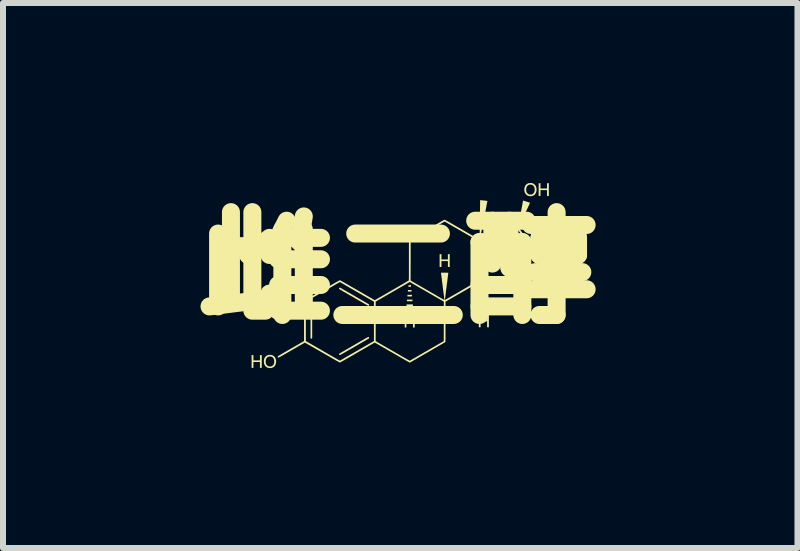
<source format=kicad_pcb>
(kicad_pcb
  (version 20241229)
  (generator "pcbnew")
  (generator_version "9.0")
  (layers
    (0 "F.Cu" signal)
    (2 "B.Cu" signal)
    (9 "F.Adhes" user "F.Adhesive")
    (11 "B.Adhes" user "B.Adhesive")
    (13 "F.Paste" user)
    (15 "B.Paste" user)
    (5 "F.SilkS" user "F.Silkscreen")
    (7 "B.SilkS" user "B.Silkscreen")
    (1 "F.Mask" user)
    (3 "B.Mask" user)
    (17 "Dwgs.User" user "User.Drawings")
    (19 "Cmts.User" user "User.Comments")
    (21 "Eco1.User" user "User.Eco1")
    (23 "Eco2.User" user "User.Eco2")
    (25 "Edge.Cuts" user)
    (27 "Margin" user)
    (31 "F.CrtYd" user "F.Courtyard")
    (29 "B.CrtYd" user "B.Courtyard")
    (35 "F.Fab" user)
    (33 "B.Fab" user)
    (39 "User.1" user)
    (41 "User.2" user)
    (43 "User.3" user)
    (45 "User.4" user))
  (footprint "雌二醇"
    (layer "F.Cu")
    (at 3.621 1.522)
    (property "Reference" "雌二醇" (at 0 0 0) (layer "F.SilkS") (effects (font (size 1.5 1.5) (thickness 0.3))))
    (attr board_only exclude_from_pos_files exclude_from_bom)
    (fp_poly (pts (xy 0.159 0.422) (xy 0.204 0.422) (xy 0.204 0.436) (xy 0.204 0.449) (xy 0.159 0.45) (xy 0.113 0.45) (xy 0.113 0.436) (xy 0.113 0.422)) (stroke (width 0) (type solid)) (fill yes) (layer "F.SilkS"))
    (fp_poly (pts (xy 0.18 0.195) (xy 0.18 0.208) (xy 0.158 0.208) (xy 0.137 0.208) (xy 0.137 0.195) (xy 0.137 0.182) (xy 0.158 0.182) (xy 0.18 0.182)) (stroke (width 0) (type solid)) (fill yes) (layer "F.SilkS"))
    (fp_poly (pts (xy 0.188 0.275) (xy 0.188 0.288) (xy 0.158 0.288) (xy 0.128 0.288) (xy 0.128 0.275) (xy 0.128 0.262) (xy 0.158 0.262) (xy 0.188 0.262)) (stroke (width 0) (type solid)) (fill yes) (layer "F.SilkS"))
    (fp_poly (pts (xy 0.212 0.516) (xy 0.212 0.53) (xy 0.158 0.53) (xy 0.105 0.53) (xy 0.105 0.516) (xy 0.106 0.502) (xy 0.159 0.502) (xy 0.212 0.502)) (stroke (width 0) (type solid)) (fill yes) (layer "F.SilkS"))
    (fp_poly (pts (xy -1.474 0.498) (xy -1.471 0.501) (xy -1.467 0.505) (xy -1.467 0.785) (xy -1.467 1.065) (xy -1.471 1.069) (xy -1.476 1.073) (xy -1.481 1.073) (xy -1.487 1.072) (xy -1.491 1.069) (xy -1.495 1.065) (xy -1.495 0.785) (xy -1.495 0.505) (xy -1.491 0.501) (xy -1.486 0.497) (xy -1.481 0.497)) (stroke (width 0) (type solid)) (fill yes) (layer "F.SilkS"))
    (fp_poly (pts (xy 0.196 0.355) (xy 0.196 0.369) (xy 0.159 0.37) (xy 0.146 0.37) (xy 0.137 0.37) (xy 0.13 0.37) (xy 0.125 0.369) (xy 0.122 0.369) (xy 0.121 0.368) (xy 0.121 0.368) (xy 0.12 0.365) (xy 0.12 0.36) (xy 0.12 0.354) (xy 0.121 0.343) (xy 0.159 0.342) (xy 0.197 0.342)) (stroke (width 0) (type solid)) (fill yes) (layer "F.SilkS"))
    (fp_poly (pts (xy -2.447 1.391) (xy -2.447 1.435) (xy -2.393 1.435) (xy -2.338 1.435) (xy -2.338 1.391) (xy -2.338 1.347) (xy -2.323 1.347) (xy -2.308 1.347) (xy -2.308 1.453) (xy -2.308 1.56) (xy -2.323 1.56) (xy -2.338 1.56) (xy -2.338 1.511) (xy -2.338 1.462) (xy -2.393 1.462) (xy -2.447 1.462) (xy -2.447 1.511) (xy -2.447 1.56) (xy -2.462 1.56) (xy -2.477 1.56) (xy -2.477 1.453) (xy -2.477 1.347) (xy -2.462 1.347) (xy -2.447 1.347)) (stroke (width 0) (type solid)) (fill yes) (layer "F.SilkS"))
    (fp_poly (pts (xy 0.103 0.718) (xy 0.103 0.762) (xy 0.158 0.762) (xy 0.213 0.762) (xy 0.213 0.718) (xy 0.213 0.673) (xy 0.228 0.673) (xy 0.242 0.673) (xy 0.242 0.78) (xy 0.242 0.887) (xy 0.228 0.887) (xy 0.213 0.887) (xy 0.213 0.837) (xy 0.213 0.787) (xy 0.158 0.787) (xy 0.103 0.787) (xy 0.103 0.837) (xy 0.103 0.887) (xy 0.089 0.887) (xy 0.075 0.887) (xy 0.075 0.78) (xy 0.075 0.673) (xy 0.089 0.673) (xy 0.103 0.673)) (stroke (width 0) (type solid)) (fill yes) (layer "F.SilkS"))
    (fp_poly (pts (xy 0.687 -0.291) (xy 0.687 -0.247) (xy 0.741 -0.247) (xy 0.795 -0.247) (xy 0.795 -0.291) (xy 0.795 -0.335) (xy 0.81 -0.335) (xy 0.825 -0.335) (xy 0.825 -0.228) (xy 0.825 -0.122) (xy 0.81 -0.122) (xy 0.795 -0.122) (xy 0.795 -0.171) (xy 0.795 -0.22) (xy 0.741 -0.22) (xy 0.687 -0.22) (xy 0.687 -0.171) (xy 0.687 -0.122) (xy 0.672 -0.122) (xy 0.657 -0.122) (xy 0.657 -0.228) (xy 0.657 -0.335) (xy 0.672 -0.335) (xy 0.687 -0.335)) (stroke (width 0) (type solid)) (fill yes) (layer "F.SilkS"))
    (fp_poly (pts (xy 1.34 0.714) (xy 1.34 0.758) (xy 1.394 0.758) (xy 1.448 0.758) (xy 1.448 0.714) (xy 1.448 0.67) (xy 1.463 0.67) (xy 1.478 0.67) (xy 1.478 0.777) (xy 1.478 0.883) (xy 1.463 0.883) (xy 1.448 0.883) (xy 1.448 0.834) (xy 1.448 0.785) (xy 1.394 0.785) (xy 1.34 0.785) (xy 1.34 0.834) (xy 1.34 0.883) (xy 1.325 0.883) (xy 1.31 0.883) (xy 1.31 0.777) (xy 1.31 0.67) (xy 1.325 0.67) (xy 1.34 0.67)) (stroke (width 0) (type solid)) (fill yes) (layer "F.SilkS"))
    (fp_poly (pts (xy 2.338 -1.474) (xy 2.338 -1.43) (xy 2.393 -1.43) (xy 2.447 -1.43) (xy 2.447 -1.474) (xy 2.447 -1.518) (xy 2.462 -1.518) (xy 2.477 -1.518) (xy 2.477 -1.412) (xy 2.477 -1.305) (xy 2.462 -1.305) (xy 2.447 -1.305) (xy 2.447 -1.354) (xy 2.447 -1.403) (xy 2.393 -1.403) (xy 2.338 -1.403) (xy 2.338 -1.354) (xy 2.338 -1.305) (xy 2.323 -1.305) (xy 2.308 -1.305) (xy 2.308 -1.412) (xy 2.308 -1.518) (xy 2.323 -1.518) (xy 2.338 -1.518)) (stroke (width 0) (type solid)) (fill yes) (layer "F.SilkS"))
    (fp_poly (pts (xy 1.351 0.179) (xy 1.353 0.181) (xy 1.354 0.184) (xy 1.354 0.188) (xy 1.354 0.192) (xy 1.355 0.198) (xy 1.355 0.203) (xy 1.355 0.206) (xy 1.355 0.206) (xy 1.353 0.206) (xy 1.348 0.207) (xy 1.342 0.208) (xy 1.337 0.208) (xy 1.33 0.209) (xy 1.323 0.21) (xy 1.318 0.211) (xy 1.316 0.211) (xy 1.312 0.211) (xy 1.311 0.21) (xy 1.31 0.207) (xy 1.31 0.202) (xy 1.31 0.196) (xy 1.31 0.195) (xy 1.309 0.182) (xy 1.327 0.181) (xy 1.337 0.179) (xy 1.344 0.179) (xy 1.348 0.179)) (stroke (width 0) (type solid)) (fill yes) (layer "F.SilkS"))
    (fp_poly (pts (xy 1.37 0.259) (xy 1.37 0.263) (xy 1.37 0.269) (xy 1.37 0.272) (xy 1.371 0.286) (xy 1.344 0.289) (xy 1.333 0.29) (xy 1.325 0.291) (xy 1.319 0.291) (xy 1.315 0.291) (xy 1.313 0.291) (xy 1.312 0.29) (xy 1.311 0.289) (xy 1.311 0.287) (xy 1.311 0.287) (xy 1.31 0.28) (xy 1.309 0.274) (xy 1.309 0.268) (xy 1.309 0.265) (xy 1.309 0.263) (xy 1.311 0.263) (xy 1.316 0.263) (xy 1.323 0.262) (xy 1.332 0.261) (xy 1.34 0.26) (xy 1.349 0.259) (xy 1.358 0.258) (xy 1.364 0.258) (xy 1.368 0.257) (xy 1.369 0.257)) (stroke (width 0) (type solid)) (fill yes) (layer "F.SilkS"))
    (fp_poly (pts (xy 1.384 0.338) (xy 1.385 0.338) (xy 1.385 0.338) (xy 1.386 0.341) (xy 1.386 0.345) (xy 1.387 0.351) (xy 1.388 0.356) (xy 1.388 0.361) (xy 1.388 0.364) (xy 1.388 0.364) (xy 1.386 0.365) (xy 1.382 0.365) (xy 1.375 0.366) (xy 1.367 0.367) (xy 1.358 0.368) (xy 1.348 0.369) (xy 1.339 0.37) (xy 1.331 0.371) (xy 1.324 0.371) (xy 1.319 0.372) (xy 1.316 0.372) (xy 1.314 0.371) (xy 1.312 0.37) (xy 1.312 0.367) (xy 1.311 0.362) (xy 1.31 0.356) (xy 1.31 0.351) (xy 1.309 0.348) (xy 1.309 0.344) (xy 1.346 0.34) (xy 1.359 0.339) (xy 1.369 0.338) (xy 1.376 0.338) (xy 1.381 0.337)) (stroke (width 0) (type solid)) (fill yes) (layer "F.SilkS"))
    (fp_poly (pts (xy 1.416 0.495) (xy 1.418 0.496) (xy 1.418 0.499) (xy 1.419 0.505) (xy 1.42 0.511) (xy 1.421 0.516) (xy 1.421 0.518) (xy 1.422 0.523) (xy 1.37 0.528) (xy 1.357 0.529) (xy 1.345 0.531) (xy 1.335 0.532) (xy 1.326 0.532) (xy 1.32 0.533) (xy 1.316 0.533) (xy 1.316 0.533) (xy 1.313 0.532) (xy 1.313 0.53) (xy 1.312 0.527) (xy 1.311 0.522) (xy 1.311 0.516) (xy 1.31 0.51) (xy 1.31 0.507) (xy 1.311 0.505) (xy 1.312 0.505) (xy 1.314 0.505) (xy 1.319 0.504) (xy 1.327 0.504) (xy 1.336 0.503) (xy 1.348 0.501) (xy 1.36 0.5) (xy 1.362 0.5) (xy 1.374 0.499) (xy 1.386 0.498) (xy 1.396 0.497) (xy 1.404 0.496) (xy 1.41 0.495) (xy 1.413 0.495) (xy 1.413 0.495)) (stroke (width 0) (type solid)) (fill yes) (layer "F.SilkS"))
    (fp_poly (pts (xy 1.401 0.416) (xy 1.402 0.417) (xy 1.402 0.422) (xy 1.403 0.427) (xy 1.404 0.433) (xy 1.404 0.438) (xy 1.404 0.442) (xy 1.404 0.443) (xy 1.403 0.443) (xy 1.398 0.444) (xy 1.391 0.445) (xy 1.383 0.446) (xy 1.373 0.447) (xy 1.363 0.448) (xy 1.352 0.449) (xy 1.342 0.45) (xy 1.332 0.451) (xy 1.324 0.452) (xy 1.318 0.453) (xy 1.314 0.453) (xy 1.313 0.453) (xy 1.313 0.452) (xy 1.312 0.448) (xy 1.311 0.442) (xy 1.311 0.44) (xy 1.31 0.433) (xy 1.31 0.428) (xy 1.311 0.426) (xy 1.311 0.425) (xy 1.312 0.425) (xy 1.317 0.424) (xy 1.324 0.424) (xy 1.332 0.422) (xy 1.342 0.421) (xy 1.353 0.42) (xy 1.363 0.419) (xy 1.374 0.418) (xy 1.383 0.417) (xy 1.391 0.416) (xy 1.397 0.416) (xy 1.4 0.416)) (stroke (width 0) (type solid)) (fill yes) (layer "F.SilkS"))
    (fp_poly (pts (xy -1.003 0.223) (xy -1.001 0.224) (xy -0.996 0.226) (xy -0.989 0.23) (xy -0.979 0.236) (xy -0.968 0.242) (xy -0.954 0.25) (xy -0.939 0.259) (xy -0.922 0.268) (xy -0.904 0.279) (xy -0.884 0.29) (xy -0.864 0.302) (xy -0.842 0.314) (xy -0.82 0.327) (xy -0.798 0.34) (xy -0.775 0.353) (xy -0.752 0.366) (xy -0.729 0.38) (xy -0.707 0.393) (xy -0.685 0.405) (xy -0.663 0.418) (xy -0.642 0.43) (xy -0.623 0.441) (xy -0.604 0.452) (xy -0.587 0.462) (xy -0.571 0.471) (xy -0.558 0.479) (xy -0.546 0.486) (xy -0.536 0.492) (xy -0.528 0.497) (xy -0.523 0.5) (xy -0.521 0.501) (xy -0.52 0.501) (xy -0.517 0.507) (xy -0.517 0.513) (xy -0.52 0.519) (xy -0.524 0.523) (xy -0.53 0.525) (xy -0.532 0.525) (xy -0.534 0.524) (xy -0.539 0.522) (xy -0.546 0.518) (xy -0.555 0.513) (xy -0.567 0.506) (xy -0.581 0.498) (xy -0.597 0.489) (xy -0.615 0.479) (xy -0.634 0.468) (xy -0.655 0.456) (xy -0.677 0.443) (xy -0.701 0.43) (xy -0.725 0.416) (xy -0.751 0.401) (xy -0.776 0.386) (xy -0.802 0.371) (xy -0.827 0.357) (xy -0.852 0.343) (xy -0.875 0.329) (xy -0.897 0.316) (xy -0.918 0.304) (xy -0.937 0.293) (xy -0.955 0.283) (xy -0.971 0.273) (xy -0.984 0.265) (xy -0.996 0.259) (xy -1.005 0.253) (xy -1.012 0.249) (xy -1.016 0.246) (xy -1.018 0.245) (xy -1.019 0.241) (xy -1.02 0.235) (xy -1.019 0.23) (xy -1.018 0.228) (xy -1.014 0.225) (xy -1.008 0.223) (xy -1.003 0.223)) (stroke (width 0) (type solid)) (fill yes) (layer "F.SilkS"))
    (fp_poly (pts (xy -0.524 1.047) (xy -0.522 1.048) (xy -0.518 1.054) (xy -0.517 1.06) (xy -0.52 1.066) (xy -0.525 1.072) (xy -0.525 1.072) (xy -0.527 1.073) (xy -0.531 1.076) (xy -0.539 1.08) (xy -0.548 1.085) (xy -0.56 1.092) (xy -0.574 1.101) (xy -0.59 1.11) (xy -0.608 1.12) (xy -0.627 1.131) (xy -0.648 1.143) (xy -0.67 1.156) (xy -0.694 1.17) (xy -0.718 1.184) (xy -0.744 1.199) (xy -0.765 1.211) (xy -0.796 1.229) (xy -0.824 1.245) (xy -0.85 1.26) (xy -0.873 1.273) (xy -0.894 1.285) (xy -0.913 1.296) (xy -0.929 1.305) (xy -0.944 1.314) (xy -0.956 1.321) (xy -0.967 1.327) (xy -0.977 1.332) (xy -0.985 1.336) (xy -0.992 1.34) (xy -0.997 1.342) (xy -1.002 1.344) (xy -1.005 1.345) (xy -1.008 1.346) (xy -1.01 1.347) (xy -1.012 1.346) (xy -1.013 1.346) (xy -1.014 1.345) (xy -1.015 1.344) (xy -1.016 1.343) (xy -1.016 1.343) (xy -1.019 1.338) (xy -1.02 1.332) (xy -1.019 1.326) (xy -1.018 1.325) (xy -1.016 1.324) (xy -1.012 1.321) (xy -1.005 1.317) (xy -0.996 1.311) (xy -0.985 1.305) (xy -0.972 1.297) (xy -0.957 1.288) (xy -0.94 1.279) (xy -0.922 1.268) (xy -0.903 1.257) (xy -0.882 1.245) (xy -0.861 1.233) (xy -0.839 1.22) (xy -0.817 1.207) (xy -0.795 1.194) (xy -0.772 1.181) (xy -0.749 1.168) (xy -0.727 1.155) (xy -0.705 1.142) (xy -0.683 1.13) (xy -0.663 1.118) (xy -0.643 1.107) (xy -0.625 1.096) (xy -0.608 1.086) (xy -0.592 1.077) (xy -0.579 1.069) (xy -0.567 1.063) (xy -0.557 1.057) (xy -0.55 1.053) (xy -0.546 1.051) (xy -0.537 1.047) (xy -0.53 1.045)) (stroke (width 0) (type solid)) (fill yes) (layer "F.SilkS"))
    (fp_poly (pts (xy -2.157 1.344) (xy -2.147 1.345) (xy -2.143 1.346) (xy -2.126 1.352) (xy -2.111 1.361) (xy -2.098 1.372) (xy -2.087 1.385) (xy -2.079 1.401) (xy -2.073 1.419) (xy -2.07 1.431) (xy -2.068 1.451) (xy -2.069 1.47) (xy -2.073 1.489) (xy -2.079 1.505) (xy -2.087 1.521) (xy -2.097 1.534) (xy -2.109 1.545) (xy -2.123 1.553) (xy -2.124 1.553) (xy -2.131 1.556) (xy -2.139 1.559) (xy -2.145 1.561) (xy -2.146 1.561) (xy -2.155 1.563) (xy -2.165 1.563) (xy -2.176 1.563) (xy -2.187 1.562) (xy -2.196 1.561) (xy -2.201 1.56) (xy -2.217 1.554) (xy -2.232 1.545) (xy -2.245 1.533) (xy -2.255 1.519) (xy -2.264 1.504) (xy -2.269 1.486) (xy -2.273 1.466) (xy -2.273 1.463) (xy -2.273 1.456) (xy -2.242 1.456) (xy -2.242 1.465) (xy -2.241 1.474) (xy -2.24 1.481) (xy -2.24 1.481) (xy -2.235 1.496) (xy -2.227 1.509) (xy -2.217 1.52) (xy -2.204 1.529) (xy -2.194 1.534) (xy -2.189 1.535) (xy -2.184 1.536) (xy -2.178 1.536) (xy -2.169 1.536) (xy -2.168 1.536) (xy -2.16 1.536) (xy -2.154 1.535) (xy -2.149 1.534) (xy -2.144 1.532) (xy -2.141 1.531) (xy -2.128 1.523) (xy -2.118 1.513) (xy -2.109 1.5) (xy -2.104 1.485) (xy -2.1 1.469) (xy -2.1 1.454) (xy -2.101 1.436) (xy -2.104 1.419) (xy -2.11 1.405) (xy -2.118 1.393) (xy -2.128 1.383) (xy -2.14 1.376) (xy -2.154 1.372) (xy -2.17 1.37) (xy -2.171 1.37) (xy -2.187 1.371) (xy -2.201 1.376) (xy -2.213 1.383) (xy -2.223 1.393) (xy -2.232 1.405) (xy -2.238 1.419) (xy -2.24 1.429) (xy -2.241 1.436) (xy -2.242 1.445) (xy -2.242 1.456) (xy -2.273 1.456) (xy -2.273 1.446) (xy -2.271 1.428) (xy -2.267 1.411) (xy -2.261 1.396) (xy -2.254 1.385) (xy -2.244 1.372) (xy -2.231 1.361) (xy -2.216 1.352) (xy -2.201 1.346) (xy -2.199 1.346) (xy -2.191 1.344) (xy -2.18 1.344) (xy -2.168 1.343)) (stroke (width 0) (type solid)) (fill yes) (layer "F.SilkS"))
    (fp_poly (pts (xy 2.185 -1.521) (xy 2.195 -1.52) (xy 2.199 -1.519) (xy 2.216 -1.513) (xy 2.23 -1.504) (xy 2.243 -1.493) (xy 2.254 -1.48) (xy 2.263 -1.464) (xy 2.269 -1.446) (xy 2.271 -1.434) (xy 2.273 -1.414) (xy 2.272 -1.395) (xy 2.269 -1.376) (xy 2.263 -1.36) (xy 2.255 -1.344) (xy 2.245 -1.331) (xy 2.233 -1.32) (xy 2.218 -1.312) (xy 2.218 -1.312) (xy 2.211 -1.309) (xy 2.203 -1.306) (xy 2.197 -1.304) (xy 2.195 -1.304) (xy 2.187 -1.302) (xy 2.177 -1.302) (xy 2.166 -1.302) (xy 2.155 -1.303) (xy 2.146 -1.304) (xy 2.141 -1.305) (xy 2.124 -1.311) (xy 2.11 -1.32) (xy 2.097 -1.332) (xy 2.086 -1.346) (xy 2.078 -1.361) (xy 2.072 -1.379) (xy 2.069 -1.399) (xy 2.069 -1.402) (xy 2.069 -1.409) (xy 2.1 -1.409) (xy 2.1 -1.4) (xy 2.101 -1.391) (xy 2.102 -1.384) (xy 2.102 -1.384) (xy 2.107 -1.369) (xy 2.115 -1.356) (xy 2.125 -1.345) (xy 2.137 -1.336) (xy 2.147 -1.331) (xy 2.152 -1.33) (xy 2.158 -1.329) (xy 2.164 -1.329) (xy 2.173 -1.329) (xy 2.173 -1.329) (xy 2.182 -1.329) (xy 2.188 -1.33) (xy 2.193 -1.331) (xy 2.198 -1.333) (xy 2.2 -1.334) (xy 2.213 -1.342) (xy 2.224 -1.352) (xy 2.232 -1.365) (xy 2.238 -1.38) (xy 2.241 -1.396) (xy 2.242 -1.411) (xy 2.241 -1.429) (xy 2.237 -1.446) (xy 2.231 -1.46) (xy 2.223 -1.472) (xy 2.213 -1.482) (xy 2.201 -1.489) (xy 2.188 -1.493) (xy 2.172 -1.495) (xy 2.171 -1.495) (xy 2.155 -1.494) (xy 2.141 -1.489) (xy 2.129 -1.482) (xy 2.118 -1.472) (xy 2.11 -1.46) (xy 2.104 -1.446) (xy 2.101 -1.436) (xy 2.101 -1.429) (xy 2.1 -1.42) (xy 2.1 -1.409) (xy 2.069 -1.409) (xy 2.069 -1.419) (xy 2.071 -1.437) (xy 2.075 -1.454) (xy 2.081 -1.469) (xy 2.087 -1.48) (xy 2.098 -1.493) (xy 2.111 -1.504) (xy 2.125 -1.513) (xy 2.141 -1.519) (xy 2.142 -1.519) (xy 2.151 -1.521) (xy 2.162 -1.521) (xy 2.173 -1.522)) (stroke (width 0) (type solid)) (fill yes) (layer "F.SilkS"))
    (fp_poly (pts (xy 1.334 -1.236) (xy 1.338 -1.235) (xy 1.345 -1.235) (xy 1.354 -1.234) (xy 1.365 -1.233) (xy 1.376 -1.232) (xy 1.388 -1.23) (xy 1.401 -1.229) (xy 1.413 -1.228) (xy 1.424 -1.226) (xy 1.434 -1.225) (xy 1.442 -1.224) (xy 1.448 -1.224) (xy 1.452 -1.223) (xy 1.453 -1.223) (xy 1.453 -1.221) (xy 1.452 -1.217) (xy 1.451 -1.209) (xy 1.449 -1.198) (xy 1.446 -1.185) (xy 1.443 -1.17) (xy 1.44 -1.152) (xy 1.436 -1.131) (xy 1.432 -1.109) (xy 1.427 -1.085) (xy 1.422 -1.059) (xy 1.417 -1.032) (xy 1.411 -1.003) (xy 1.405 -0.974) (xy 1.399 -0.943) (xy 1.393 -0.911) (xy 1.391 -0.902) (xy 1.385 -0.87) (xy 1.379 -0.839) (xy 1.373 -0.809) (xy 1.367 -0.78) (xy 1.362 -0.752) (xy 1.357 -0.726) (xy 1.352 -0.701) (xy 1.348 -0.678) (xy 1.343 -0.657) (xy 1.34 -0.639) (xy 1.337 -0.622) (xy 1.334 -0.608) (xy 1.332 -0.597) (xy 1.33 -0.588) (xy 1.329 -0.583) (xy 1.329 -0.58) (xy 1.329 -0.58) (xy 1.329 -0.58) (xy 1.331 -0.58) (xy 1.334 -0.581) (xy 1.338 -0.582) (xy 1.343 -0.583) (xy 1.351 -0.585) (xy 1.359 -0.588) (xy 1.37 -0.591) (xy 1.382 -0.595) (xy 1.397 -0.6) (xy 1.413 -0.605) (xy 1.432 -0.611) (xy 1.453 -0.618) (xy 1.476 -0.625) (xy 1.503 -0.634) (xy 1.531 -0.643) (xy 1.563 -0.653) (xy 1.597 -0.664) (xy 1.635 -0.677) (xy 1.643 -0.679) (xy 1.675 -0.69) (xy 1.705 -0.699) (xy 1.735 -0.709) (xy 1.763 -0.718) (xy 1.79 -0.727) (xy 1.816 -0.735) (xy 1.84 -0.743) (xy 1.863 -0.75) (xy 1.883 -0.757) (xy 1.901 -0.763) (xy 1.918 -0.768) (xy 1.932 -0.773) (xy 1.943 -0.776) (xy 1.952 -0.779) (xy 1.958 -0.781) (xy 1.961 -0.782) (xy 1.961 -0.782) (xy 1.961 -0.782) (xy 1.962 -0.782) (xy 1.963 -0.783) (xy 1.963 -0.785) (xy 1.964 -0.788) (xy 1.965 -0.792) (xy 1.966 -0.797) (xy 1.967 -0.803) (xy 1.969 -0.811) (xy 1.971 -0.82) (xy 1.973 -0.832) (xy 1.976 -0.845) (xy 1.979 -0.861) (xy 1.982 -0.879) (xy 1.986 -0.899) (xy 1.99 -0.922) (xy 1.995 -0.948) (xy 2.001 -0.977) (xy 2.006 -1.005) (xy 2.011 -1.031) (xy 2.016 -1.057) (xy 2.02 -1.082) (xy 2.025 -1.105) (xy 2.029 -1.128) (xy 2.033 -1.148) (xy 2.036 -1.166) (xy 2.039 -1.183) (xy 2.042 -1.197) (xy 2.044 -1.209) (xy 2.046 -1.218) (xy 2.047 -1.225) (xy 2.048 -1.228) (xy 2.048 -1.229) (xy 2.05 -1.228) (xy 2.054 -1.227) (xy 2.061 -1.225) (xy 2.07 -1.223) (xy 2.08 -1.219) (xy 2.091 -1.216) (xy 2.102 -1.212) (xy 2.114 -1.209) (xy 2.126 -1.205) (xy 2.136 -1.201) (xy 2.146 -1.198) (xy 2.154 -1.195) (xy 2.16 -1.193) (xy 2.163 -1.192) (xy 2.164 -1.192) (xy 2.163 -1.19) (xy 2.161 -1.186) (xy 2.158 -1.179) (xy 2.154 -1.169) (xy 2.148 -1.157) (xy 2.142 -1.143) (xy 2.134 -1.127) (xy 2.126 -1.109) (xy 2.117 -1.09) (xy 2.107 -1.069) (xy 2.096 -1.047) (xy 2.085 -1.024) (xy 2.074 -1) (xy 2.067 -0.986) (xy 2.054 -0.957) (xy 2.041 -0.931) (xy 2.03 -0.907) (xy 2.02 -0.887) (xy 2.012 -0.868) (xy 2.004 -0.852) (xy 1.997 -0.838) (xy 1.992 -0.826) (xy 1.987 -0.816) (xy 1.983 -0.807) (xy 1.98 -0.8) (xy 1.977 -0.794) (xy 1.975 -0.789) (xy 1.974 -0.786) (xy 1.973 -0.783) (xy 1.973 -0.781) (xy 1.972 -0.78) (xy 1.973 -0.779) (xy 1.973 -0.778) (xy 1.973 -0.778) (xy 1.974 -0.776) (xy 1.978 -0.772) (xy 1.982 -0.765) (xy 1.989 -0.756) (xy 1.997 -0.745) (xy 2.007 -0.732) (xy 2.018 -0.716) (xy 2.03 -0.7) (xy 2.044 -0.681) (xy 2.058 -0.661) (xy 2.074 -0.639) (xy 2.091 -0.616) (xy 2.108 -0.592) (xy 2.126 -0.568) (xy 2.145 -0.542) (xy 2.164 -0.515) (xy 2.174 -0.502) (xy 2.197 -0.47) (xy 2.219 -0.441) (xy 2.238 -0.414) (xy 2.256 -0.389) (xy 2.272 -0.367) (xy 2.286 -0.347) (xy 2.3 -0.329) (xy 2.311 -0.313) (xy 2.322 -0.298) (xy 2.331 -0.285) (xy 2.339 -0.274) (xy 2.345 -0.265) (xy 2.351 -0.256) (xy 2.356 -0.249) (xy 2.36 -0.243) (xy 2.363 -0.239) (xy 2.366 -0.235) (xy 2.368 -0.231) (xy 2.369 -0.229) (xy 2.37 -0.227) (xy 2.371 -0.225) (xy 2.371 -0.224) (xy 2.371 -0.223) (xy 2.371 -0.223) (xy 2.371 -0.222) (xy 2.37 -0.22) (xy 2.369 -0.218) (xy 2.367 -0.215) (xy 2.365 -0.211) (xy 2.361 -0.206) (xy 2.357 -0.2) (xy 2.352 -0.193) (xy 2.346 -0.184) (xy 2.339 -0.174) (xy 2.331 -0.163) (xy 2.322 -0.15) (xy 2.311 -0.135) (xy 2.299 -0.118) (xy 2.285 -0.099) (xy 2.27 -0.078) (xy 2.254 -0.055) (xy 2.235 -0.03) (xy 2.215 -0.002) (xy 2.193 0.028) (xy 2.173 0.056) (xy 2.153 0.083) (xy 2.134 0.109) (xy 2.116 0.135) (xy 2.098 0.159) (xy 2.081 0.183) (xy 2.065 0.205) (xy 2.049 0.226) (xy 2.035 0.245) (xy 2.022 0.263) (xy 2.011 0.279) (xy 2 0.293) (xy 1.992 0.305) (xy 1.984 0.315) (xy 1.978 0.323) (xy 1.974 0.328) (xy 1.972 0.331) (xy 1.972 0.331) (xy 1.968 0.334) (xy 1.966 0.334) (xy 1.964 0.334) (xy 1.958 0.333) (xy 1.95 0.33) (xy 1.939 0.327) (xy 1.926 0.322) (xy 1.909 0.317) (xy 1.89 0.311) (xy 1.868 0.304) (xy 1.844 0.296) (xy 1.817 0.288) (xy 1.788 0.279) (xy 1.757 0.269) (xy 1.724 0.258) (xy 1.688 0.246) (xy 1.651 0.234) (xy 1.643 0.232) (xy 1.325 0.128) (xy 1.04 0.293) (xy 0.755 0.457) (xy 0.755 0.792) (xy 0.755 0.831) (xy 0.755 0.867) (xy 0.755 0.9) (xy 0.755 0.931) (xy 0.755 0.958) (xy 0.755 0.983) (xy 0.755 1.005) (xy 0.755 1.025) (xy 0.755 1.042) (xy 0.755 1.058) (xy 0.755 1.071) (xy 0.755 1.083) (xy 0.754 1.093) (xy 0.754 1.101) (xy 0.754 1.108) (xy 0.754 1.114) (xy 0.754 1.119) (xy 0.754 1.122) (xy 0.753 1.125) (xy 0.753 1.127) (xy 0.753 1.128) (xy 0.752 1.129) (xy 0.752 1.13) (xy 0.752 1.13) (xy 0.75 1.131) (xy 0.746 1.133) (xy 0.739 1.138) (xy 0.73 1.143) (xy 0.718 1.15) (xy 0.705 1.158) (xy 0.689 1.167) (xy 0.672 1.177) (xy 0.654 1.188) (xy 0.633 1.199) (xy 0.612 1.212) (xy 0.59 1.225) (xy 0.566 1.238) (xy 0.542 1.252) (xy 0.518 1.267) (xy 0.493 1.281) (xy 0.468 1.296) (xy 0.443 1.31) (xy 0.417 1.325) (xy 0.393 1.339) (xy 0.368 1.353) (xy 0.344 1.367) (xy 0.321 1.38) (xy 0.299 1.393) (xy 0.278 1.405) (xy 0.259 1.417) (xy 0.24 1.427) (xy 0.224 1.437) (xy 0.209 1.445) (xy 0.196 1.453) (xy 0.185 1.459) (xy 0.176 1.464) (xy 0.17 1.467) (xy 0.167 1.469) (xy 0.166 1.469) (xy 0.162 1.471) (xy 0.157 1.471) (xy 0.157 1.471) (xy 0.155 1.47) (xy 0.15 1.468) (xy 0.143 1.464) (xy 0.134 1.459) (xy 0.122 1.452) (xy 0.107 1.444) (xy 0.091 1.435) (xy 0.073 1.424) (xy 0.053 1.413) (xy 0.031 1.4) (xy 0.008 1.387) (xy -0.016 1.373) (xy -0.042 1.359) (xy -0.068 1.343) (xy -0.096 1.327) (xy -0.124 1.311) (xy -0.136 1.304) (xy -0.17 1.285) (xy -0.201 1.267) (xy -0.229 1.25) (xy -0.255 1.235) (xy -0.279 1.222) (xy -0.3 1.209) (xy -0.319 1.199) (xy -0.336 1.189) (xy -0.351 1.18) (xy -0.365 1.172) (xy -0.376 1.166) (xy -0.386 1.16) (xy -0.395 1.155) (xy -0.402 1.151) (xy -0.408 1.148) (xy -0.413 1.146) (xy -0.417 1.144) (xy -0.42 1.142) (xy -0.423 1.141) (xy -0.425 1.14) (xy -0.426 1.14) (xy -0.427 1.14) (xy -0.428 1.14) (xy -0.428 1.14) (xy -0.428 1.14) (xy -0.43 1.142) (xy -0.435 1.144) (xy -0.442 1.148) (xy -0.452 1.154) (xy -0.464 1.161) (xy -0.478 1.169) (xy -0.494 1.178) (xy -0.512 1.189) (xy -0.532 1.2) (xy -0.553 1.213) (xy -0.576 1.226) (xy -0.601 1.24) (xy -0.626 1.255) (xy -0.653 1.27) (xy -0.681 1.286) (xy -0.709 1.303) (xy -0.717 1.307) (xy -0.756 1.33) (xy -0.792 1.351) (xy -0.825 1.37) (xy -0.856 1.387) (xy -0.883 1.403) (xy -0.908 1.417) (xy -0.93 1.43) (xy -0.949 1.44) (xy -0.966 1.45) (xy -0.979 1.457) (xy -0.99 1.463) (xy -0.998 1.468) (xy -1.003 1.47) (xy -1.006 1.472) (xy -1.006 1.472) (xy -1.008 1.471) (xy -1.013 1.468) (xy -1.021 1.464) (xy -1.031 1.458) (xy -1.044 1.451) (xy -1.06 1.442) (xy -1.079 1.432) (xy -1.1 1.419) (xy -1.124 1.406) (xy -1.15 1.391) (xy -1.179 1.374) (xy -1.21 1.356) (xy -1.244 1.337) (xy -1.28 1.316) (xy -1.299 1.305) (xy -1.328 1.288) (xy -1.356 1.272) (xy -1.383 1.257) (xy -1.409 1.242) (xy -1.433 1.228) (xy -1.457 1.214) (xy -1.479 1.202) (xy -1.499 1.19) (xy -1.518 1.179) (xy -1.535 1.17) (xy -1.55 1.161) (xy -1.563 1.154) (xy -1.573 1.148) (xy -1.581 1.144) (xy -1.587 1.141) (xy -1.589 1.139) (xy -1.59 1.139) (xy -1.591 1.14) (xy -1.596 1.143) (xy -1.603 1.147) (xy -1.612 1.152) (xy -1.624 1.159) (xy -1.638 1.167) (xy -1.653 1.175) (xy -1.671 1.186) (xy -1.69 1.196) (xy -1.71 1.208) (xy -1.732 1.221) (xy -1.754 1.234) (xy -1.778 1.248) (xy -1.803 1.262) (xy -1.807 1.264) (xy -1.837 1.282) (xy -1.864 1.297) (xy -1.888 1.311) (xy -1.91 1.324) (xy -1.929 1.335) (xy -1.947 1.345) (xy -1.962 1.354) (xy -1.975 1.361) (xy -1.987 1.367) (xy -1.997 1.373) (xy -2.005 1.377) (xy -2.012 1.381) (xy -2.018 1.384) (xy -2.023 1.386) (xy -2.026 1.388) (xy -2.029 1.388) (xy -2.032 1.389) (xy -2.033 1.389) (xy -2.035 1.389) (xy -2.036 1.388) (xy -2.037 1.387) (xy -2.038 1.386) (xy -2.038 1.386) (xy -2.042 1.381) (xy -2.043 1.374) (xy -2.041 1.369) (xy -2.04 1.368) (xy -2.038 1.366) (xy -2.035 1.364) (xy -2.03 1.361) (xy -2.024 1.357) (xy -2.016 1.352) (xy -2.007 1.347) (xy -1.996 1.34) (xy -1.982 1.332) (xy -1.967 1.323) (xy -1.95 1.313) (xy -1.93 1.301) (xy -1.908 1.289) (xy -1.883 1.274) (xy -1.855 1.258) (xy -1.825 1.241) (xy -1.821 1.239) (xy -1.603 1.113) (xy -1.573 1.113) (xy -1.29 1.276) (xy -1.262 1.293) (xy -1.234 1.309) (xy -1.208 1.324) (xy -1.182 1.339) (xy -1.158 1.353) (xy -1.134 1.366) (xy -1.113 1.379) (xy -1.093 1.39) (xy -1.074 1.401) (xy -1.058 1.41) (xy -1.043 1.419) (xy -1.031 1.426) (xy -1.021 1.431) (xy -1.013 1.435) (xy -1.008 1.438) (xy -1.006 1.439) (xy -1.006 1.44) (xy -1.004 1.439) (xy -1 1.436) (xy -0.993 1.432) (xy -0.983 1.427) (xy -0.971 1.42) (xy -0.958 1.412) (xy -0.942 1.403) (xy -0.924 1.393) (xy -0.904 1.381) (xy -0.883 1.369) (xy -0.86 1.356) (xy -0.836 1.342) (xy -0.81 1.327) (xy -0.784 1.312) (xy -0.756 1.296) (xy -0.728 1.28) (xy -0.721 1.276) (xy -0.44 1.114) (xy -0.409 1.114) (xy -0.126 1.278) (xy -0.097 1.294) (xy -0.07 1.31) (xy -0.043 1.325) (xy -0.017 1.34) (xy 0.007 1.354) (xy 0.03 1.368) (xy 0.052 1.38) (xy 0.072 1.392) (xy 0.091 1.402) (xy 0.107 1.412) (xy 0.122 1.42) (xy 0.134 1.427) (xy 0.144 1.432) (xy 0.152 1.437) (xy 0.157 1.44) (xy 0.159 1.441) (xy 0.159 1.441) (xy 0.161 1.44) (xy 0.165 1.437) (xy 0.172 1.434) (xy 0.181 1.428) (xy 0.193 1.421) (xy 0.207 1.413) (xy 0.223 1.404) (xy 0.241 1.394) (xy 0.261 1.383) (xy 0.282 1.37) (xy 0.305 1.357) (xy 0.329 1.343) (xy 0.354 1.329) (xy 0.381 1.313) (xy 0.408 1.297) (xy 0.436 1.281) (xy 0.443 1.277) (xy 0.726 1.114) (xy 0.726 0.785) (xy 0.727 0.456) (xy 0.443 0.292) (xy 0.159 0.128) (xy -0.125 0.292) (xy -0.409 0.456) (xy -0.409 0.785) (xy -0.409 1.114) (xy -0.44 1.114) (xy -0.438 1.113) (xy -0.438 0.785) (xy -0.438 0.457) (xy -0.722 0.293) (xy -1.005 0.13) (xy -1.011 0.132) (xy -1.013 0.133) (xy -1.017 0.136) (xy -1.025 0.14) (xy -1.034 0.146) (xy -1.046 0.153) (xy -1.061 0.161) (xy -1.077 0.17) (xy -1.095 0.181) (xy -1.115 0.192) (xy -1.136 0.205) (xy -1.159 0.218) (xy -1.184 0.232) (xy -1.209 0.246) (xy -1.236 0.262) (xy -1.263 0.278) (xy -1.291 0.294) (xy -1.294 0.296) (xy -1.573 0.456) (xy -1.573 0.785) (xy -1.573 1.113) (xy -1.603 1.113) (xy -1.603 1.113) (xy -1.603 0.78) (xy -1.603 0.739) (xy -1.603 0.701) (xy -1.603 0.666) (xy -1.603 0.634) (xy -1.603 0.606) (xy -1.603 0.579) (xy -1.603 0.556) (xy -1.603 0.535) (xy -1.603 0.517) (xy -1.603 0.5) (xy -1.603 0.487) (xy -1.602 0.475) (xy -1.602 0.465) (xy -1.602 0.457) (xy -1.602 0.451) (xy -1.602 0.447) (xy -1.601 0.444) (xy -1.601 0.443) (xy -1.601 0.443) (xy -1.601 0.442) (xy -1.599 0.441) (xy -1.597 0.439) (xy -1.593 0.437) (xy -1.589 0.434) (xy -1.583 0.43) (xy -1.576 0.426) (xy -1.568 0.421) (xy -1.558 0.415) (xy -1.546 0.408) (xy -1.532 0.4) (xy -1.517 0.391) (xy -1.499 0.381) (xy -1.48 0.369) (xy -1.458 0.357) (xy -1.434 0.343) (xy -1.408 0.327) (xy -1.379 0.311) (xy -1.347 0.292) (xy -1.312 0.272) (xy -1.305 0.268) (xy -1.266 0.246) (xy -1.23 0.225) (xy -1.197 0.206) (xy -1.167 0.189) (xy -1.139 0.173) (xy -1.115 0.159) (xy -1.092 0.146) (xy -1.073 0.135) (xy -1.056 0.125) (xy -1.041 0.117) (xy -1.029 0.111) (xy -1.02 0.105) (xy -1.013 0.102) (xy -1.008 0.099) (xy -1.006 0.098) (xy -1.006 0.098) (xy -1.004 0.099) (xy -1 0.101) (xy -0.993 0.105) (xy -0.984 0.11) (xy -0.973 0.116) (xy -0.959 0.124) (xy -0.942 0.133) (xy -0.923 0.144) (xy -0.902 0.156) (xy -0.877 0.17) (xy -0.85 0.186) (xy -0.82 0.203) (xy -0.788 0.222) (xy -0.752 0.242) (xy -0.714 0.264) (xy -0.714 0.264) (xy -0.685 0.281) (xy -0.657 0.297) (xy -0.63 0.313) (xy -0.604 0.327) (xy -0.58 0.342) (xy -0.556 0.355) (xy -0.534 0.368) (xy -0.514 0.38) (xy -0.495 0.39) (xy -0.478 0.4) (xy -0.464 0.408) (xy -0.451 0.416) (xy -0.441 0.422) (xy -0.433 0.426) (xy -0.427 0.429) (xy -0.424 0.431) (xy -0.424 0.431) (xy -0.423 0.43) (xy -0.418 0.427) (xy -0.411 0.424) (xy -0.402 0.418) (xy -0.39 0.412) (xy -0.376 0.404) (xy -0.36 0.394) (xy -0.342 0.384) (xy -0.322 0.373) (xy -0.301 0.361) (xy -0.278 0.348) (xy -0.254 0.334) (xy -0.229 0.319) (xy -0.202 0.304) (xy -0.175 0.288) (xy -0.147 0.272) (xy -0.14 0.268) (xy -0.104 0.247) (xy -0.07 0.228) (xy -0.04 0.21) (xy -0.012 0.194) (xy 0.013 0.179) (xy 0.036 0.166) (xy 0.056 0.154) (xy 0.074 0.144) (xy 0.09 0.134) (xy 0.104 0.126) (xy 0.115 0.119) (xy 0.125 0.114) (xy 0.132 0.109) (xy 0.138 0.106) (xy 0.14 0.104) (xy 0.173 0.104) (xy 0.454 0.266) (xy 0.482 0.282) (xy 0.509 0.298) (xy 0.536 0.314) (xy 0.562 0.328) (xy 0.586 0.342) (xy 0.609 0.356) (xy 0.63 0.368) (xy 0.65 0.38) (xy 0.669 0.39) (xy 0.685 0.399) (xy 0.699 0.408) (xy 0.711 0.415) (xy 0.721 0.42) (xy 0.728 0.424) (xy 0.733 0.427) (xy 0.735 0.428) (xy 0.735 0.428) (xy 0.737 0.427) (xy 0.737 0.426) (xy 0.736 0.424) (xy 0.736 0.419) (xy 0.735 0.411) (xy 0.734 0.4) (xy 0.732 0.387) (xy 0.73 0.371) (xy 0.728 0.353) (xy 0.725 0.334) (xy 0.722 0.312) (xy 0.72 0.289) (xy 0.716 0.265) (xy 0.713 0.24) (xy 0.71 0.213) (xy 0.708 0.201) (xy 0.705 0.174) (xy 0.702 0.148) (xy 0.698 0.123) (xy 0.695 0.1) (xy 0.693 0.078) (xy 0.69 0.057) (xy 0.688 0.038) (xy 0.686 0.022) (xy 0.684 0.008) (xy 0.682 -0.004) (xy 0.681 -0.013) (xy 0.68 -0.02) (xy 0.68 -0.023) (xy 0.68 -0.024) (xy 0.68 -0.025) (xy 0.681 -0.025) (xy 0.683 -0.026) (xy 0.685 -0.026) (xy 0.69 -0.026) (xy 0.696 -0.026) (xy 0.704 -0.027) (xy 0.715 -0.027) (xy 0.729 -0.027) (xy 0.741 -0.027) (xy 0.757 -0.027) (xy 0.771 -0.027) (xy 0.781 -0.026) (xy 0.79 -0.026) (xy 0.795 -0.026) (xy 0.799 -0.026) (xy 0.801 -0.025) (xy 0.802 -0.025) (xy 0.801 -0.023) (xy 0.801 -0.018) (xy 0.8 -0.01) (xy 0.799 0.001) (xy 0.797 0.014) (xy 0.795 0.03) (xy 0.793 0.047) (xy 0.79 0.067) (xy 0.788 0.088) (xy 0.785 0.111) (xy 0.782 0.136) (xy 0.778 0.161) (xy 0.775 0.188) (xy 0.773 0.202) (xy 0.77 0.229) (xy 0.766 0.255) (xy 0.763 0.28) (xy 0.76 0.304) (xy 0.758 0.326) (xy 0.755 0.347) (xy 0.753 0.365) (xy 0.751 0.382) (xy 0.749 0.396) (xy 0.748 0.408) (xy 0.746 0.417) (xy 0.746 0.424) (xy 0.745 0.427) (xy 0.745 0.428) (xy 0.747 0.427) (xy 0.751 0.425) (xy 0.758 0.421) (xy 0.767 0.416) (xy 0.779 0.409) (xy 0.793 0.401) (xy 0.809 0.392) (xy 0.827 0.382) (xy 0.846 0.371) (xy 0.868 0.358) (xy 0.89 0.345) (xy 0.914 0.332) (xy 0.94 0.317) (xy 0.966 0.302) (xy 0.993 0.286) (xy 1.021 0.27) (xy 1.027 0.266) (xy 1.308 0.104) (xy 1.308 0.102) (xy 1.337 0.102) (xy 1.378 0.115) (xy 1.384 0.117) (xy 1.393 0.12) (xy 1.405 0.124) (xy 1.419 0.128) (xy 1.436 0.134) (xy 1.455 0.14) (xy 1.476 0.147) (xy 1.499 0.154) (xy 1.523 0.162) (xy 1.549 0.171) (xy 1.576 0.179) (xy 1.604 0.189) (xy 1.633 0.198) (xy 1.662 0.207) (xy 1.688 0.216) (xy 1.956 0.303) (xy 1.96 0.298) (xy 1.962 0.296) (xy 1.965 0.291) (xy 1.97 0.285) (xy 1.977 0.275) (xy 1.985 0.264) (xy 1.995 0.251) (xy 2.006 0.236) (xy 2.018 0.219) (xy 2.032 0.2) (xy 2.047 0.18) (xy 2.062 0.158) (xy 2.079 0.136) (xy 2.096 0.112) (xy 2.114 0.087) (xy 2.133 0.062) (xy 2.152 0.035) (xy 2.152 0.034) (xy 2.176 0.001) (xy 2.199 -0.029) (xy 2.219 -0.058) (xy 2.239 -0.085) (xy 2.256 -0.109) (xy 2.272 -0.132) (xy 2.287 -0.152) (xy 2.3 -0.17) (xy 2.311 -0.185) (xy 2.32 -0.198) (xy 2.327 -0.209) (xy 2.333 -0.217) (xy 2.337 -0.222) (xy 2.338 -0.225) (xy 2.338 -0.226) (xy 2.337 -0.227) (xy 2.334 -0.231) (xy 2.33 -0.238) (xy 2.323 -0.247) (xy 2.315 -0.258) (xy 2.306 -0.271) (xy 2.295 -0.286) (xy 2.283 -0.302) (xy 2.269 -0.321) (xy 2.255 -0.341) (xy 2.239 -0.362) (xy 2.223 -0.384) (xy 2.206 -0.408) (xy 2.188 -0.433) (xy 2.169 -0.458) (xy 2.15 -0.484) (xy 2.148 -0.488) (xy 2.122 -0.524) (xy 2.097 -0.557) (xy 2.075 -0.588) (xy 2.055 -0.616) (xy 2.036 -0.641) (xy 2.02 -0.663) (xy 2.005 -0.683) (xy 1.993 -0.7) (xy 1.982 -0.715) (xy 1.973 -0.727) (xy 1.966 -0.736) (xy 1.96 -0.743) (xy 1.957 -0.747) (xy 1.955 -0.749) (xy 1.955 -0.749) (xy 1.953 -0.749) (xy 1.948 -0.747) (xy 1.941 -0.745) (xy 1.93 -0.741) (xy 1.917 -0.737) (xy 1.902 -0.732) (xy 1.884 -0.727) (xy 1.865 -0.72) (xy 1.843 -0.713) (xy 1.819 -0.706) (xy 1.794 -0.698) (xy 1.768 -0.689) (xy 1.74 -0.68) (xy 1.711 -0.671) (xy 1.681 -0.661) (xy 1.65 -0.651) (xy 1.644 -0.649) (xy 1.337 -0.549) (xy 1.337 -0.224) (xy 1.337 0.102) (xy 1.308 0.102) (xy 1.308 -0.224) (xy 1.308 -0.552) (xy 1.024 -0.716) (xy 0.741 -0.879) (xy 0.713 -0.863) (xy 0.708 -0.86) (xy 0.701 -0.856) (xy 0.691 -0.851) (xy 0.679 -0.844) (xy 0.665 -0.835) (xy 0.648 -0.826) (xy 0.63 -0.815) (xy 0.61 -0.804) (xy 0.588 -0.791) (xy 0.565 -0.778) (xy 0.541 -0.764) (xy 0.516 -0.75) (xy 0.49 -0.735) (xy 0.463 -0.719) (xy 0.436 -0.703) (xy 0.429 -0.699) (xy 0.174 -0.552) (xy 0.174 -0.224) (xy 0.173 0.104) (xy 0.14 0.104) (xy 0.141 0.103) (xy 0.144 0.102) (xy 0.144 0.101) (xy 0.144 0.099) (xy 0.144 0.094) (xy 0.144 0.086) (xy 0.144 0.075) (xy 0.144 0.061) (xy 0.145 0.045) (xy 0.145 0.026) (xy 0.145 0.005) (xy 0.145 -0.018) (xy 0.145 -0.042) (xy 0.145 -0.069) (xy 0.145 -0.097) (xy 0.145 -0.127) (xy 0.145 -0.157) (xy 0.145 -0.189) (xy 0.145 -0.222) (xy 0.145 -0.234) (xy 0.145 -0.275) (xy 0.145 -0.312) (xy 0.145 -0.347) (xy 0.145 -0.378) (xy 0.145 -0.406) (xy 0.145 -0.432) (xy 0.145 -0.455) (xy 0.145 -0.476) (xy 0.145 -0.494) (xy 0.145 -0.51) (xy 0.146 -0.523) (xy 0.146 -0.535) (xy 0.146 -0.545) (xy 0.146 -0.553) (xy 0.146 -0.559) (xy 0.146 -0.563) (xy 0.147 -0.567) (xy 0.147 -0.568) (xy 0.147 -0.569) (xy 0.149 -0.57) (xy 0.153 -0.572) (xy 0.16 -0.576) (xy 0.169 -0.582) (xy 0.18 -0.589) (xy 0.194 -0.596) (xy 0.209 -0.605) (xy 0.226 -0.615) (xy 0.245 -0.626) (xy 0.265 -0.638) (xy 0.286 -0.65) (xy 0.309 -0.663) (xy 0.332 -0.677) (xy 0.356 -0.691) (xy 0.38 -0.705) (xy 0.405 -0.719) (xy 0.431 -0.734) (xy 0.456 -0.749) (xy 0.481 -0.763) (xy 0.506 -0.777) (xy 0.53 -0.792) (xy 0.554 -0.805) (xy 0.577 -0.819) (xy 0.599 -0.831) (xy 0.62 -0.843) (xy 0.64 -0.855) (xy 0.658 -0.865) (xy 0.674 -0.875) (xy 0.689 -0.883) (xy 0.702 -0.891) (xy 0.713 -0.897) (xy 0.722 -0.902) (xy 0.728 -0.905) (xy 0.731 -0.907) (xy 0.732 -0.908) (xy 0.737 -0.909) (xy 0.741 -0.91) (xy 0.743 -0.909) (xy 0.747 -0.907) (xy 0.753 -0.904) (xy 0.761 -0.9) (xy 0.772 -0.894) (xy 0.785 -0.886) (xy 0.801 -0.878) (xy 0.819 -0.868) (xy 0.839 -0.856) (xy 0.862 -0.843) (xy 0.888 -0.828) (xy 0.916 -0.812) (xy 0.947 -0.794) (xy 0.981 -0.775) (xy 1.017 -0.753) (xy 1.034 -0.744) (xy 1.323 -0.577) (xy 1.323 -0.591) (xy 1.323 -0.594) (xy 1.323 -0.6) (xy 1.323 -0.609) (xy 1.323 -0.621) (xy 1.324 -0.636) (xy 1.324 -0.653) (xy 1.324 -0.672) (xy 1.324 -0.694) (xy 1.325 -0.717) (xy 1.325 -0.743) (xy 1.326 -0.77) (xy 1.326 -0.798) (xy 1.326 -0.828) (xy 1.327 -0.858) (xy 1.327 -0.89) (xy 1.328 -0.92) (xy 1.328 -0.952) (xy 1.329 -0.983) (xy 1.329 -1.014) (xy 1.329 -1.043) (xy 1.33 -1.07) (xy 1.33 -1.096) (xy 1.331 -1.121) (xy 1.331 -1.143) (xy 1.331 -1.164) (xy 1.331 -1.182) (xy 1.332 -1.198) (xy 1.332 -1.211) (xy 1.332 -1.222) (xy 1.332 -1.23) (xy 1.332 -1.234) (xy 1.332 -1.236)) (stroke (width 0) (type solid)) (fill yes) (layer "F.SilkS")))
  (gr_rect
    (start -3 -3)
    (end 10.243 6.085)
    (stroke (width 0.1) (type default))
    (fill no)
    (layer "Edge.Cuts")))
</source>
